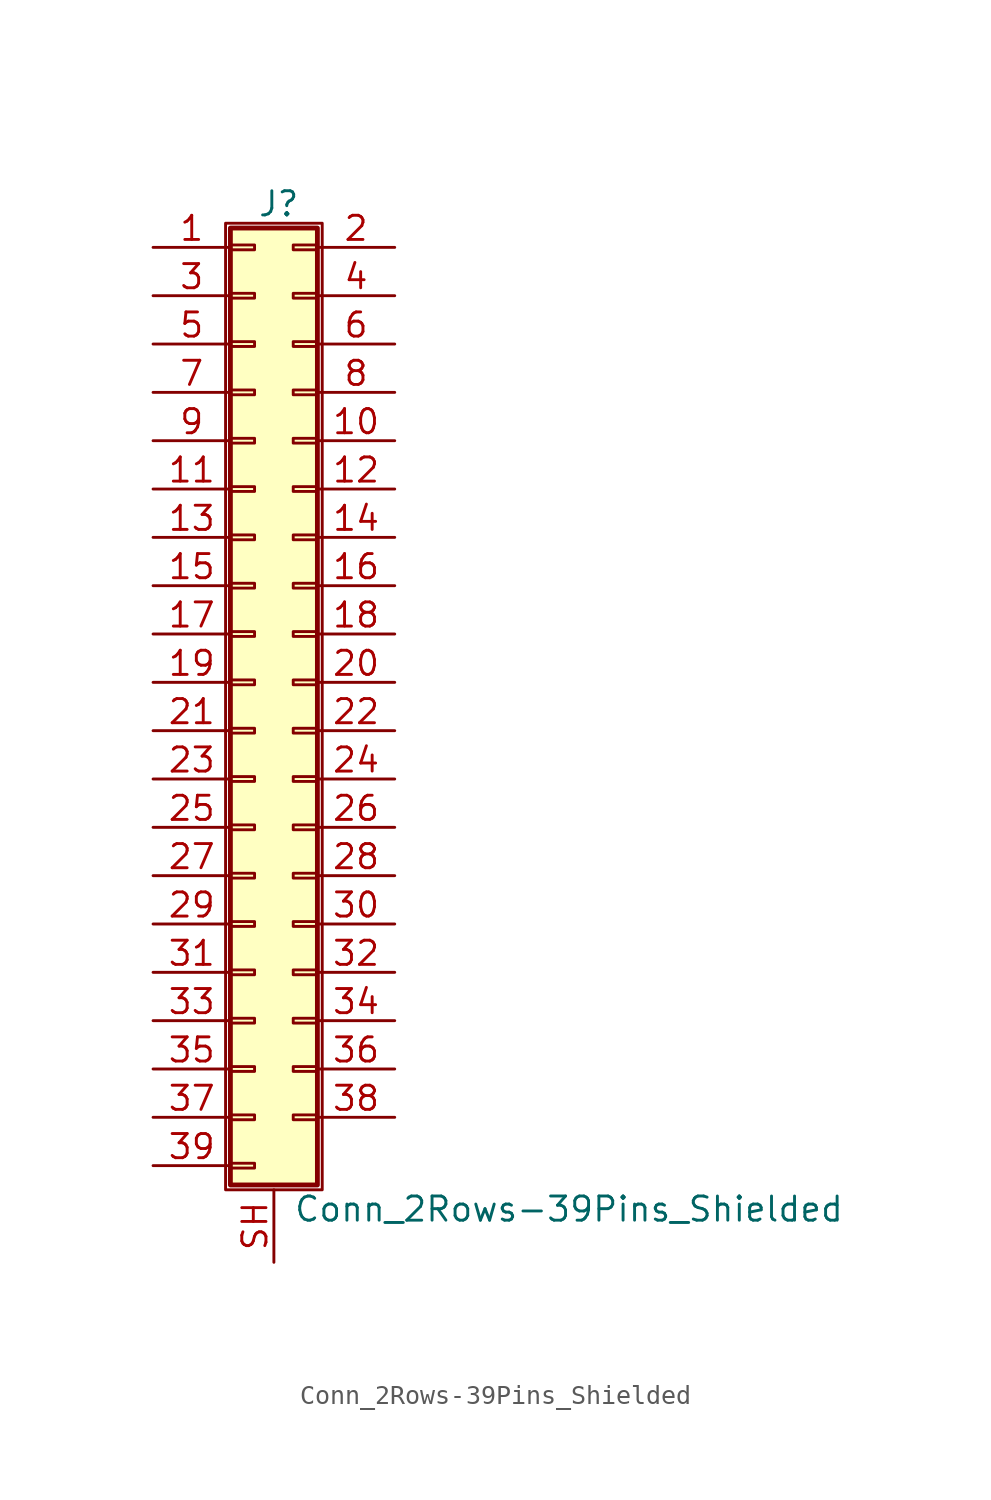
<source format=kicad_sym>
(kicad_symbol_lib
  (version 20211014)
  (generator kicad_symbol_editor)
  (symbol "Conn_2Rows-39Pins_Shielded"
    (pin_names
      (offset 1.016) hide)
    (property "Reference" "J"
      (at 1.524 25.146 0)
      (effects (font (size 1.27 1.27))))
    (property "Value" "Conn_2Rows-39Pins_Shielded"
      (at 2.286 -27.686 0)
      (effects (font (size 1.27 1.27)) (justify left)))
    (symbol "Conn_2Rows-39Pins_Shielded_1_1"
      (rectangle (start -1.27 24.13) (end 3.81 -26.67) (stroke (width 0.152) (type default) (color 0 0 0 0)) (fill (type none)))
      (rectangle (start -1.016 -25.273) (end 0.254 -25.527) (stroke (width 0.152) (type default) (color 0 0 0 0)) (fill (type none)))
      (rectangle (start -1.016 -22.733) (end 0.254 -22.987) (stroke (width 0.152) (type default) (color 0 0 0 0)) (fill (type none)))
      (rectangle (start -1.016 -20.193) (end 0.254 -20.447) (stroke (width 0.152) (type default) (color 0 0 0 0)) (fill (type none)))
      (rectangle (start -1.016 -17.653) (end 0.254 -17.907) (stroke (width 0.152) (type default) (color 0 0 0 0)) (fill (type none)))
      (rectangle (start -1.016 -15.113) (end 0.254 -15.367) (stroke (width 0.152) (type default) (color 0 0 0 0)) (fill (type none)))
      (rectangle (start -1.016 -12.573) (end 0.254 -12.827) (stroke (width 0.152) (type default) (color 0 0 0 0)) (fill (type none)))
      (rectangle (start -1.016 -10.033) (end 0.254 -10.287) (stroke (width 0.152) (type default) (color 0 0 0 0)) (fill (type none)))
      (rectangle (start -1.016 -7.493) (end 0.254 -7.747) (stroke (width 0.152) (type default) (color 0 0 0 0)) (fill (type none)))
      (rectangle (start -1.016 -4.953) (end 0.254 -5.207) (stroke (width 0.152) (type default) (color 0 0 0 0)) (fill (type none)))
      (rectangle (start -1.016 -2.413) (end 0.254 -2.667) (stroke (width 0.152) (type default) (color 0 0 0 0)) (fill (type none)))
      (rectangle (start -1.016 0.127) (end 0.254 -0.127) (stroke (width 0.152) (type default) (color 0 0 0 0)) (fill (type none)))
      (rectangle (start -1.016 2.667) (end 0.254 2.413) (stroke (width 0.152) (type default) (color 0 0 0 0)) (fill (type none)))
      (rectangle (start -1.016 5.207) (end 0.254 4.953) (stroke (width 0.152) (type default) (color 0 0 0 0)) (fill (type none)))
      (rectangle (start -1.016 7.747) (end 0.254 7.493) (stroke (width 0.152) (type default) (color 0 0 0 0)) (fill (type none)))
      (rectangle (start -1.016 10.287) (end 0.254 10.033) (stroke (width 0.152) (type default) (color 0 0 0 0)) (fill (type none)))
      (rectangle (start -1.016 12.827) (end 0.254 12.573) (stroke (width 0.152) (type default) (color 0 0 0 0)) (fill (type none)))
      (rectangle (start -1.016 15.367) (end 0.254 15.113) (stroke (width 0.152) (type default) (color 0 0 0 0)) (fill (type none)))
      (rectangle (start -1.016 17.907) (end 0.254 17.653) (stroke (width 0.152) (type default) (color 0 0 0 0)) (fill (type none)))
      (rectangle (start -1.016 20.447) (end 0.254 20.193) (stroke (width 0.152) (type default) (color 0 0 0 0)) (fill (type none)))
      (rectangle (start -1.016 22.987) (end 0.254 22.733) (stroke (width 0.152) (type default) (color 0 0 0 0)) (fill (type none)))
      (rectangle (start -1.016 23.876) (end 3.556 -26.416) (stroke (width 0.254) (type default) (color 0 0 0 0)) (fill (type background)))
      (rectangle (start 3.556 -22.733) (end 2.286 -22.987) (stroke (width 0.152) (type default) (color 0 0 0 0)) (fill (type none)))
      (rectangle (start 3.556 -20.193) (end 2.286 -20.447) (stroke (width 0.152) (type default) (color 0 0 0 0)) (fill (type none)))
      (rectangle (start 3.556 -17.653) (end 2.286 -17.907) (stroke (width 0.152) (type default) (color 0 0 0 0)) (fill (type none)))
      (rectangle (start 3.556 -15.113) (end 2.286 -15.367) (stroke (width 0.152) (type default) (color 0 0 0 0)) (fill (type none)))
      (rectangle (start 3.556 -12.573) (end 2.286 -12.827) (stroke (width 0.152) (type default) (color 0 0 0 0)) (fill (type none)))
      (rectangle (start 3.556 -10.033) (end 2.286 -10.287) (stroke (width 0.152) (type default) (color 0 0 0 0)) (fill (type none)))
      (rectangle (start 3.556 -7.493) (end 2.286 -7.747) (stroke (width 0.152) (type default) (color 0 0 0 0)) (fill (type none)))
      (rectangle (start 3.556 -4.953) (end 2.286 -5.207) (stroke (width 0.152) (type default) (color 0 0 0 0)) (fill (type none)))
      (rectangle (start 3.556 -2.413) (end 2.286 -2.667) (stroke (width 0.152) (type default) (color 0 0 0 0)) (fill (type none)))
      (rectangle (start 3.556 0.127) (end 2.286 -0.127) (stroke (width 0.152) (type default) (color 0 0 0 0)) (fill (type none)))
      (rectangle (start 3.556 2.667) (end 2.286 2.413) (stroke (width 0.152) (type default) (color 0 0 0 0)) (fill (type none)))
      (rectangle (start 3.556 5.207) (end 2.286 4.953) (stroke (width 0.152) (type default) (color 0 0 0 0)) (fill (type none)))
      (rectangle (start 3.556 7.747) (end 2.286 7.493) (stroke (width 0.152) (type default) (color 0 0 0 0)) (fill (type none)))
      (rectangle (start 3.556 10.287) (end 2.286 10.033) (stroke (width 0.152) (type default) (color 0 0 0 0)) (fill (type none)))
      (rectangle (start 3.556 12.827) (end 2.286 12.573) (stroke (width 0.152) (type default) (color 0 0 0 0)) (fill (type none)))
      (rectangle (start 3.556 15.367) (end 2.286 15.113) (stroke (width 0.152) (type default) (color 0 0 0 0)) (fill (type none)))
      (rectangle (start 3.556 17.907) (end 2.286 17.653) (stroke (width 0.152) (type default) (color 0 0 0 0)) (fill (type none)))
      (rectangle (start 3.556 20.447) (end 2.286 20.193) (stroke (width 0.152) (type default) (color 0 0 0 0)) (fill (type none)))
      (rectangle (start 3.556 22.987) (end 2.286 22.733) (stroke (width 0.152) (type default) (color 0 0 0 0)) (fill (type none)))
      (pin passive line (at -5.08 22.86 0) (length 4.064) (name "Pin_1" (effects (font (size 1.27 1.27)))) (number "1" (effects (font (size 1.27 1.27)))))
      (pin passive line (at 7.62 12.7 180) (length 4.064) (name "Pin_10" (effects (font (size 1.27 1.27)))) (number "10" (effects (font (size 1.27 1.27)))))
      (pin passive line (at -5.08 10.16 0) (length 4.064) (name "Pin_11" (effects (font (size 1.27 1.27)))) (number "11" (effects (font (size 1.27 1.27)))))
      (pin passive line (at 7.62 10.16 180) (length 4.064) (name "Pin_12" (effects (font (size 1.27 1.27)))) (number "12" (effects (font (size 1.27 1.27)))))
      (pin passive line (at -5.08 7.62 0) (length 4.064) (name "Pin_13" (effects (font (size 1.27 1.27)))) (number "13" (effects (font (size 1.27 1.27)))))
      (pin passive line (at 7.62 7.62 180) (length 4.064) (name "Pin_14" (effects (font (size 1.27 1.27)))) (number "14" (effects (font (size 1.27 1.27)))))
      (pin passive line (at -5.08 5.08 0) (length 4.064) (name "Pin_15" (effects (font (size 1.27 1.27)))) (number "15" (effects (font (size 1.27 1.27)))))
      (pin passive line (at 7.62 5.08 180) (length 4.064) (name "Pin_16" (effects (font (size 1.27 1.27)))) (number "16" (effects (font (size 1.27 1.27)))))
      (pin passive line (at -5.08 2.54 0) (length 4.064) (name "Pin_17" (effects (font (size 1.27 1.27)))) (number "17" (effects (font (size 1.27 1.27)))))
      (pin passive line (at 7.62 2.54 180) (length 4.064) (name "Pin_18" (effects (font (size 1.27 1.27)))) (number "18" (effects (font (size 1.27 1.27)))))
      (pin passive line (at -5.08 0 0) (length 4.064) (name "Pin_19" (effects (font (size 1.27 1.27)))) (number "19" (effects (font (size 1.27 1.27)))))
      (pin passive line (at 7.62 22.86 180) (length 4.064) (name "Pin_2" (effects (font (size 1.27 1.27)))) (number "2" (effects (font (size 1.27 1.27)))))
      (pin passive line (at 7.62 0 180) (length 4.064) (name "Pin_20" (effects (font (size 1.27 1.27)))) (number "20" (effects (font (size 1.27 1.27)))))
      (pin passive line (at -5.08 -2.54 0) (length 4.064) (name "Pin_21" (effects (font (size 1.27 1.27)))) (number "21" (effects (font (size 1.27 1.27)))))
      (pin passive line (at 7.62 -2.54 180) (length 4.064) (name "Pin_22" (effects (font (size 1.27 1.27)))) (number "22" (effects (font (size 1.27 1.27)))))
      (pin passive line (at -5.08 -5.08 0) (length 4.064) (name "Pin_23" (effects (font (size 1.27 1.27)))) (number "23" (effects (font (size 1.27 1.27)))))
      (pin passive line (at 7.62 -5.08 180) (length 4.064) (name "Pin_24" (effects (font (size 1.27 1.27)))) (number "24" (effects (font (size 1.27 1.27)))))
      (pin passive line (at -5.08 -7.62 0) (length 4.064) (name "Pin_25" (effects (font (size 1.27 1.27)))) (number "25" (effects (font (size 1.27 1.27)))))
      (pin passive line (at 7.62 -7.62 180) (length 4.064) (name "Pin_26" (effects (font (size 1.27 1.27)))) (number "26" (effects (font (size 1.27 1.27)))))
      (pin passive line (at -5.08 -10.16 0) (length 4.064) (name "Pin_27" (effects (font (size 1.27 1.27)))) (number "27" (effects (font (size 1.27 1.27)))))
      (pin passive line (at 7.62 -10.16 180) (length 4.064) (name "Pin_28" (effects (font (size 1.27 1.27)))) (number "28" (effects (font (size 1.27 1.27)))))
      (pin passive line (at -5.08 -12.7 0) (length 4.064) (name "Pin_29" (effects (font (size 1.27 1.27)))) (number "29" (effects (font (size 1.27 1.27)))))
      (pin passive line (at -5.08 20.32 0) (length 4.064) (name "Pin_3" (effects (font (size 1.27 1.27)))) (number "3" (effects (font (size 1.27 1.27)))))
      (pin passive line (at 7.62 -12.7 180) (length 4.064) (name "Pin_30" (effects (font (size 1.27 1.27)))) (number "30" (effects (font (size 1.27 1.27)))))
      (pin passive line (at -5.08 -15.24 0) (length 4.064) (name "Pin_31" (effects (font (size 1.27 1.27)))) (number "31" (effects (font (size 1.27 1.27)))))
      (pin passive line (at 7.62 -15.24 180) (length 4.064) (name "Pin_32" (effects (font (size 1.27 1.27)))) (number "32" (effects (font (size 1.27 1.27)))))
      (pin passive line (at -5.08 -17.78 0) (length 4.064) (name "Pin_33" (effects (font (size 1.27 1.27)))) (number "33" (effects (font (size 1.27 1.27)))))
      (pin passive line (at 7.62 -17.78 180) (length 4.064) (name "Pin_34" (effects (font (size 1.27 1.27)))) (number "34" (effects (font (size 1.27 1.27)))))
      (pin passive line (at -5.08 -20.32 0) (length 4.064) (name "Pin_35" (effects (font (size 1.27 1.27)))) (number "35" (effects (font (size 1.27 1.27)))))
      (pin passive line (at 7.62 -20.32 180) (length 4.064) (name "Pin_36" (effects (font (size 1.27 1.27)))) (number "36" (effects (font (size 1.27 1.27)))))
      (pin passive line (at -5.08 -22.86 0) (length 4.064) (name "Pin_37" (effects (font (size 1.27 1.27)))) (number "37" (effects (font (size 1.27 1.27)))))
      (pin passive line (at 7.62 -22.86 180) (length 4.064) (name "Pin_38" (effects (font (size 1.27 1.27)))) (number "38" (effects (font (size 1.27 1.27)))))
      (pin passive line (at -5.08 -25.4 0) (length 4.064) (name "Pin_39" (effects (font (size 1.27 1.27)))) (number "39" (effects (font (size 1.27 1.27)))))
      (pin passive line (at 7.62 20.32 180) (length 4.064) (name "Pin_4" (effects (font (size 1.27 1.27)))) (number "4" (effects (font (size 1.27 1.27)))))
      (pin passive line (at -5.08 17.78 0) (length 4.064) (name "Pin_5" (effects (font (size 1.27 1.27)))) (number "5" (effects (font (size 1.27 1.27)))))
      (pin passive line (at 7.62 17.78 180) (length 4.064) (name "Pin_6" (effects (font (size 1.27 1.27)))) (number "6" (effects (font (size 1.27 1.27)))))
      (pin passive line (at -5.08 15.24 0) (length 4.064) (name "Pin_7" (effects (font (size 1.27 1.27)))) (number "7" (effects (font (size 1.27 1.27)))))
      (pin passive line (at 7.62 15.24 180) (length 4.064) (name "Pin_8" (effects (font (size 1.27 1.27)))) (number "8" (effects (font (size 1.27 1.27)))))
      (pin passive line (at -5.08 12.7 0) (length 4.064) (name "Pin_9" (effects (font (size 1.27 1.27)))) (number "9" (effects (font (size 1.27 1.27)))))
      (pin passive line (at 1.27 -30.48 90) (length 3.81) (name "Shield" (effects (font (size 1.27 1.27)))) (number "SH" (effects (font (size 1.27 1.27))))))))
</source>
